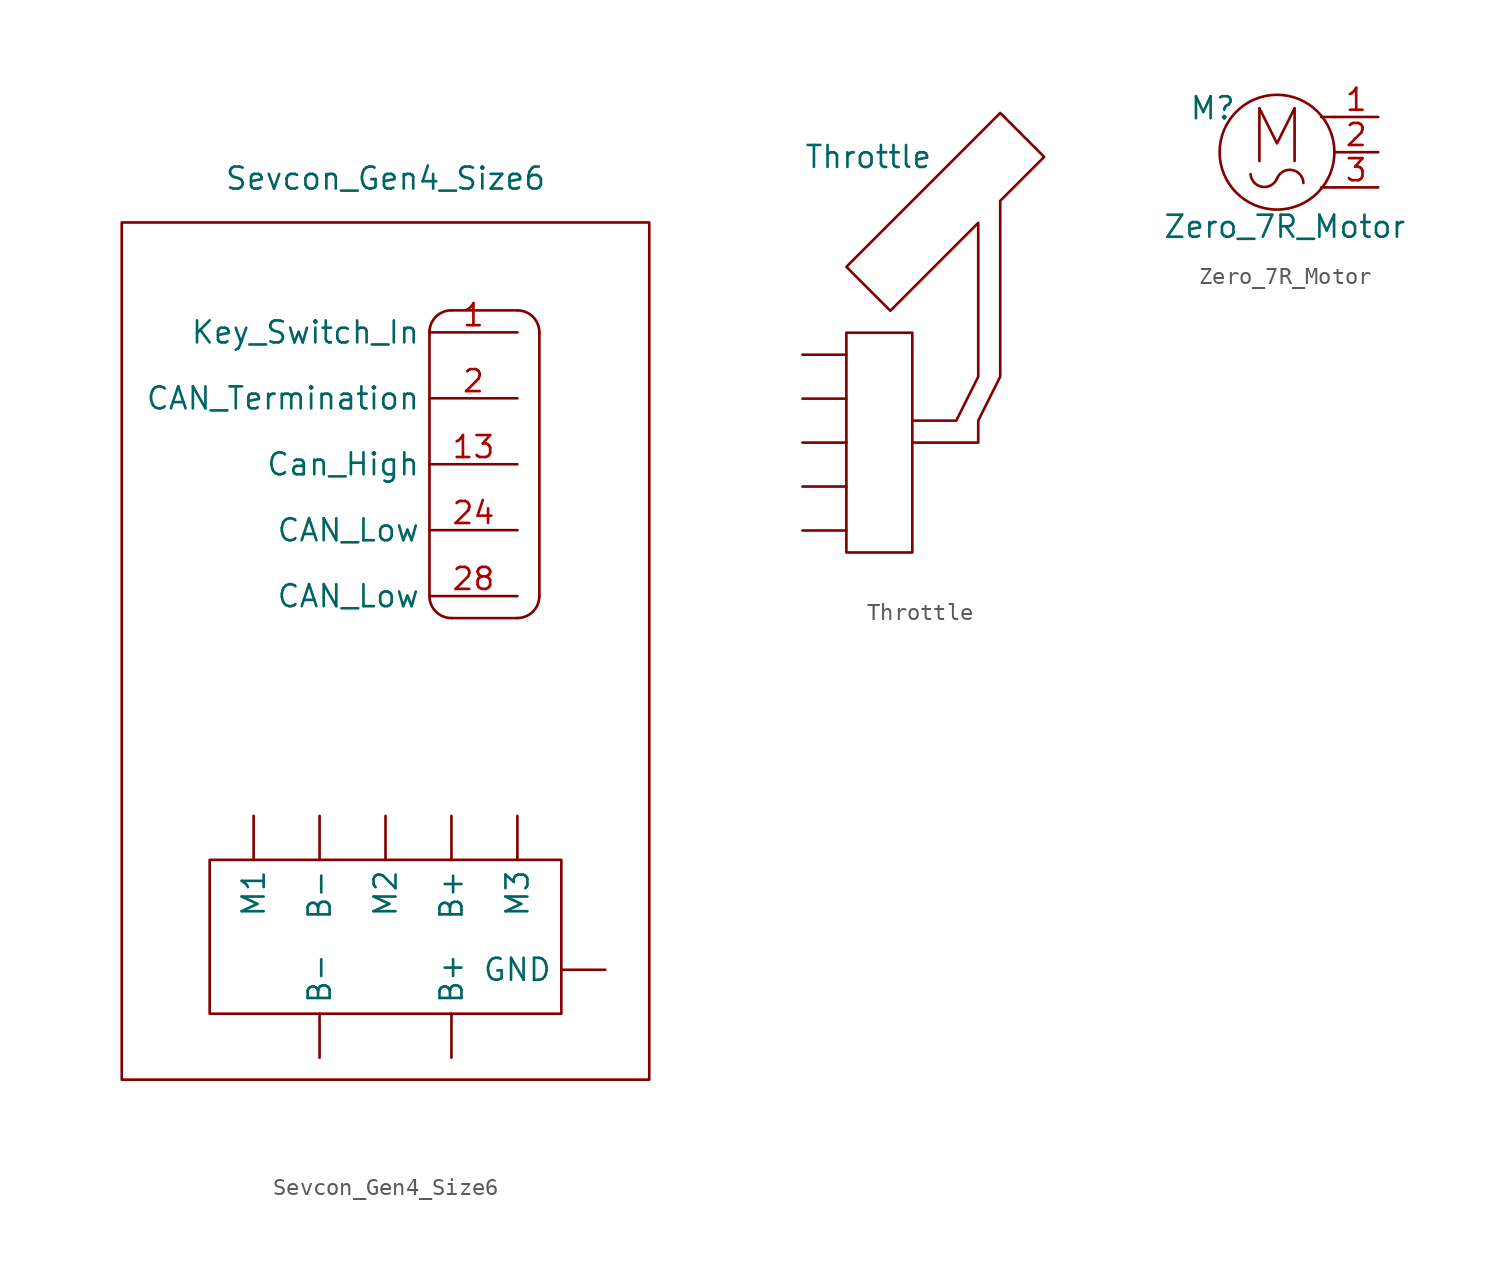
<source format=kicad_sym>
(kicad_symbol_lib
  (version 20211014)
  (generator kicad_symbol_editor)
  (symbol "Sevcon_Gen4_Size6"
    (property "Reference" "U"
      (at -16.51 26.67 0)
      (effects (font (size 1.27 1.27)) hide))
    (property "Value" "Sevcon_Gen4_Size6"
      (at 0 39.37 0)
      (effects (font (size 1.27 1.27))))
    (symbol "Sevcon_Gen4_Size6_0_1"
      (polyline (pts (xy 2.54 15.24) (xy 2.54 30.48)) (stroke (width 0) (type default) (color 0 0 0 0)) (fill (type none)))
      (polyline (pts (xy 7.62 13.97) (xy 3.81 13.97)) (stroke (width 0) (type default) (color 0 0 0 0)) (fill (type none)))
      (polyline (pts (xy 7.62 31.75) (xy 3.81 31.75)) (stroke (width 0) (type default) (color 0 0 0 0)) (fill (type none)))
      (polyline (pts (xy 8.89 30.48) (xy 8.89 15.24)) (stroke (width 0) (type default) (color 0 0 0 0)) (fill (type none)))
      (arc (start 2.5399 15.2399) (mid 2.9119 14.3419) (end 3.8099 13.9699) (stroke (width 0) (type default) (color 0 0 0 0)) (fill (type none)))
      (arc (start 3.8099 31.7501) (mid 2.9119 31.3781) (end 2.5399 30.4801) (stroke (width 0) (type default) (color 0 0 0 0)) (fill (type none)))
      (arc (start 7.6201 13.9699) (mid 8.5181 14.3419) (end 8.8901 15.2399) (stroke (width 0) (type default) (color 0 0 0 0)) (fill (type none)))
      (arc (start 8.89 30.48) (mid 8.518 31.378) (end 7.62 31.75) (stroke (width 0) (type default) (color 0 0 0 0)) (fill (type none)))
      (rectangle (start 10.16 0) (end -10.16 -8.89) (stroke (width 0) (type default) (color 0 0 0 0)) (fill (type none)))
      (rectangle (start 15.24 -12.7) (end -15.24 36.83) (stroke (width 0) (type default) (color 0 0 0 0)) (fill (type none))))
    (symbol "Sevcon_Gen4_Size6_1_1"
      (pin passive line (at 3.81 -11.43 90) (length 2.54) (name "B+" (effects (font (size 1.27 1.27)))) (number "" (effects (font (size 1.27 1.27)))))
      (pin passive line (at 3.81 2.54 270) (length 2.54) (name "B+" (effects (font (size 1.27 1.27)))) (number "" (effects (font (size 1.27 1.27)))))
      (pin passive line (at -3.81 -11.43 90) (length 2.54) (name "B-" (effects (font (size 1.27 1.27)))) (number "" (effects (font (size 1.27 1.27)))))
      (pin passive line (at -3.81 2.54 270) (length 2.54) (name "B-" (effects (font (size 1.27 1.27)))) (number "" (effects (font (size 1.27 1.27)))))
      (pin passive line (at 12.7 -6.35 180) (length 2.54) (name "GND" (effects (font (size 1.27 1.27)))) (number "" (effects (font (size 1.27 1.27)))))
      (pin passive line (at -7.62 2.54 270) (length 2.54) (name "M1" (effects (font (size 1.27 1.27)))) (number "" (effects (font (size 1.27 1.27)))))
      (pin passive line (at 0 2.54 270) (length 2.54) (name "M2" (effects (font (size 1.27 1.27)))) (number "" (effects (font (size 1.27 1.27)))))
      (pin passive line (at 7.62 2.54 270) (length 2.54) (name "M3" (effects (font (size 1.27 1.27)))) (number "" (effects (font (size 1.27 1.27)))))
      (pin passive line (at 7.62 30.48 180) (length 5.08) (name "Key_Switch_In" (effects (font (size 1.27 1.27)))) (number "1" (effects (font (size 1.27 1.27)))))
      (pin passive line (at 7.62 22.86 180) (length 5.08) (name "Can_High" (effects (font (size 1.27 1.27)))) (number "13" (effects (font (size 1.27 1.27)))))
      (pin passive line (at 7.62 26.67 180) (length 5.08) (name "CAN_Termination" (effects (font (size 1.27 1.27)))) (number "2" (effects (font (size 1.27 1.27)))))
      (pin passive line (at 7.62 19.05 180) (length 5.08) (name "CAN_Low" (effects (font (size 1.27 1.27)))) (number "24" (effects (font (size 1.27 1.27)))))
      (pin passive line (at 7.62 15.24 180) (length 5.08) (name "CAN_Low" (effects (font (size 1.27 1.27)))) (number "28" (effects (font (size 1.27 1.27)))))))
  (symbol "Throttle"
    (property "Reference" "U"
      (at -8.89 3.81 0)
      (effects (font (size 1.27 1.27)) hide))
    (property "Value" "Throttle"
      (at -6.35 12.7 0)
      (effects (font (size 1.27 1.27))))
    (symbol "Throttle_0_1"
      (rectangle (start -7.62 2.54) (end -3.81 -10.16) (stroke (width 0) (type default) (color 0 0 0 0)) (fill (type none)))
      (polyline (pts (xy -3.81 -2.54) (xy -1.27 -2.54) (xy 0 0) (xy 0 6.35) (xy 0 8.89) (xy -5.08 3.81) (xy -7.62 6.35) (xy 1.27 15.24) (xy 3.81 12.7) (xy 1.27 10.16) (xy 1.27 0) (xy 0 -2.54) (xy 0 -3.81) (xy -3.81 -3.81)) (stroke (width 0) (type default) (color 0 0 0 0)) (fill (type none))))
    (symbol "Throttle_1_1"
      (pin passive line (at -10.16 -8.89 0) (length 2.54) (name "" (effects (font (size 1.27 1.27)))) (number "" (effects (font (size 1.27 1.27)))))
      (pin passive line (at -10.16 -6.35 0) (length 2.54) (name "" (effects (font (size 1.27 1.27)))) (number "" (effects (font (size 1.27 1.27)))))
      (pin passive line (at -10.16 -3.81 0) (length 2.54) (name "" (effects (font (size 1.27 1.27)))) (number "" (effects (font (size 1.27 1.27)))))
      (pin passive line (at -10.16 -1.27 0) (length 2.54) (name "" (effects (font (size 1.27 1.27)))) (number "" (effects (font (size 1.27 1.27)))))
      (pin passive line (at -10.16 1.27 0) (length 2.54) (name "" (effects (font (size 1.27 1.27)))) (number "" (effects (font (size 1.27 1.27)))))))
  (symbol "Zero_7R_Motor"
    (pin_names
      (offset 0))
    (property "Reference" "M"
      (at -5.08 2.54 0)
      (effects (font (size 1.27 1.27)) (justify left)))
    (property "Value" "Zero_7R_Motor"
      (at -6.604 -3.556 0)
      (effects (font (size 1.27 1.27)) (justify left top)))
    (symbol "Zero_7R_Motor_0_0"
      (arc (start -1.524 -1.27) (mid -0.8622 -1.9982) (end 0 -1.524) (stroke (width 0) (type default) (color 0 0 0 0)) (fill (type none)))
      (polyline (pts (xy -1.016 -0.508) (xy -1.016 2.54) (xy 0 0.508) (xy 1.016 2.54) (xy 1.016 -0.508)) (stroke (width 0) (type default) (color 0 0 0 0)) (fill (type none)))
      (arc (start 1.524 -1.778) (mid 0.8657 -1.0287) (end 0 -1.524) (stroke (width 0) (type default) (color 0 0 0 0)) (fill (type none))))
    (symbol "Zero_7R_Motor_0_1"
      (polyline (pts (xy 3.302 -2.032) (xy 2.54 -2.032)) (stroke (width 0) (type default) (color 0 0 0 0)) (fill (type none)))
      (polyline (pts (xy 3.302 2.032) (xy 2.54 2.032)) (stroke (width 0) (type default) (color 0 0 0 0)) (fill (type none)))
      (circle (center 0 0) (radius 3.312) (stroke (width 0) (type default) (color 0 0 0 0)) (fill (type none))))
    (symbol "Zero_7R_Motor_1_1"
      (pin passive line (at 5.842 2.032 180) (length 2.54) (name "~" (effects (font (size 1.27 1.27)))) (number "1" (effects (font (size 1.27 1.27)))))
      (pin passive line (at 5.842 0 180) (length 2.54) (name "~" (effects (font (size 1.27 1.27)))) (number "2" (effects (font (size 1.27 1.27)))))
      (pin passive line (at 5.842 -2.032 180) (length 2.54) (name "~" (effects (font (size 1.27 1.27)))) (number "3" (effects (font (size 1.27 1.27))))))))
</source>
